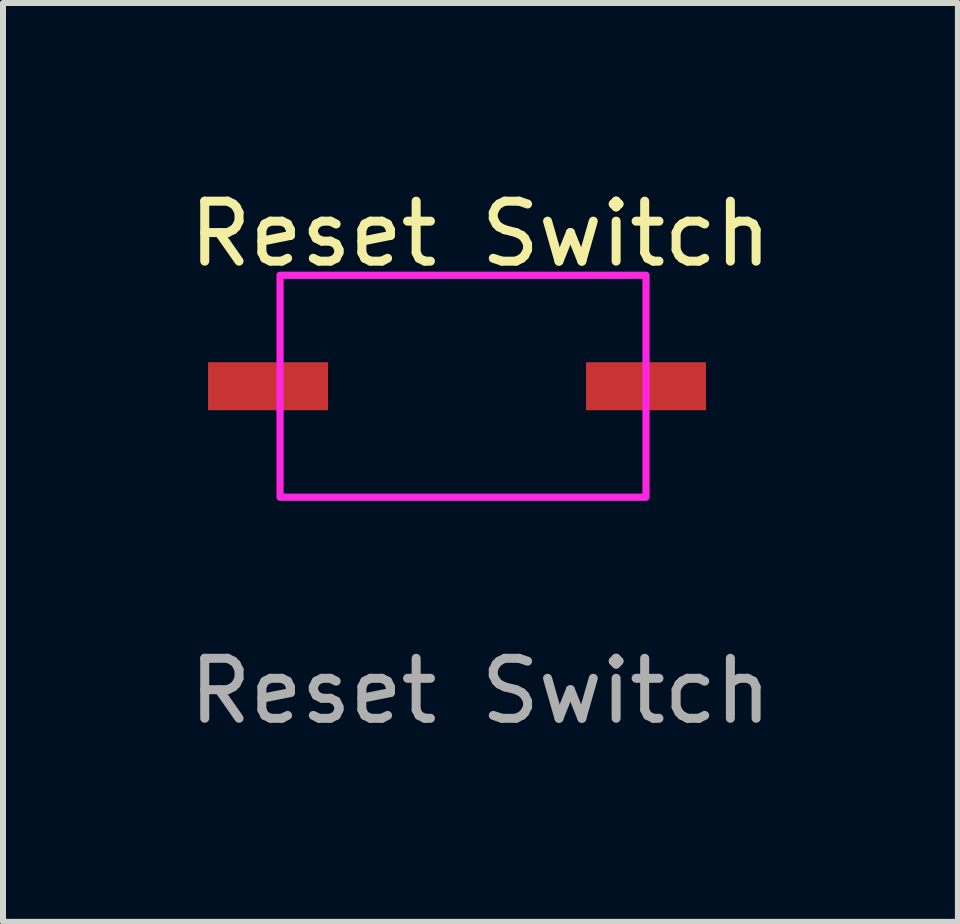
<source format=kicad_pcb>
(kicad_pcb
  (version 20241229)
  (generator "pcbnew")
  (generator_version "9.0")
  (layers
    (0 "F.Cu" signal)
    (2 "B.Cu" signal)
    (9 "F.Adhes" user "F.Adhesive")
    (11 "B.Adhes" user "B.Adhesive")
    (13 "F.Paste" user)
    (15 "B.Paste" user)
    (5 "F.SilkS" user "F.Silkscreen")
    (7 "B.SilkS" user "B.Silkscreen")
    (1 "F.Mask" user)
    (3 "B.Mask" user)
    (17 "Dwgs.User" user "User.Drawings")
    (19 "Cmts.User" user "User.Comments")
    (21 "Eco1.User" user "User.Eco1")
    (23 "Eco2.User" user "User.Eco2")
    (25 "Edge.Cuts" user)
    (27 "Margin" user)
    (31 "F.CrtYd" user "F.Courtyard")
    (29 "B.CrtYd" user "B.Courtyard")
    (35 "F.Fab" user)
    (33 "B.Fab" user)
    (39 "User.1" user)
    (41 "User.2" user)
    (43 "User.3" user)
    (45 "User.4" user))
  (footprint "Reset Switch"
    (layer "F.Cu")
    (at 2.418 3.388)
    (property "Reference" "Reset Switch" (at 2.54 -2.54 0) (unlocked yes) (layer "F.SilkS") (effects (font (size 1 1) (thickness 0.15))))
    (attr smd)
    (fp_rect (start -0.8 -1.85) (end 5.3 1.85) (stroke (width 0.12) (type solid)) (fill no) (layer "F.CrtYd"))
    (fp_text user "${REFERENCE}" (at 2.54 5.08 0) (unlocked yes) (layer "F.Fab") (effects (font (size 1 1) (thickness 0.15))))
    (pad "1" smd rect (at 0 0) (size 2 0.8) (drill (offset -1 0)) (layers "F.Cu" "F.Mask" "F.Paste"))
    (pad "2" smd rect (at 4.3 0) (size 2 0.8) (drill (offset 1 0)) (layers "F.Cu" "F.Mask" "F.Paste")))
  (gr_rect
    (start -3 -3)
    (end 12.917 12.316)
    (stroke (width 0.1) (type default))
    (fill no)
    (layer "Edge.Cuts")))
</source>
